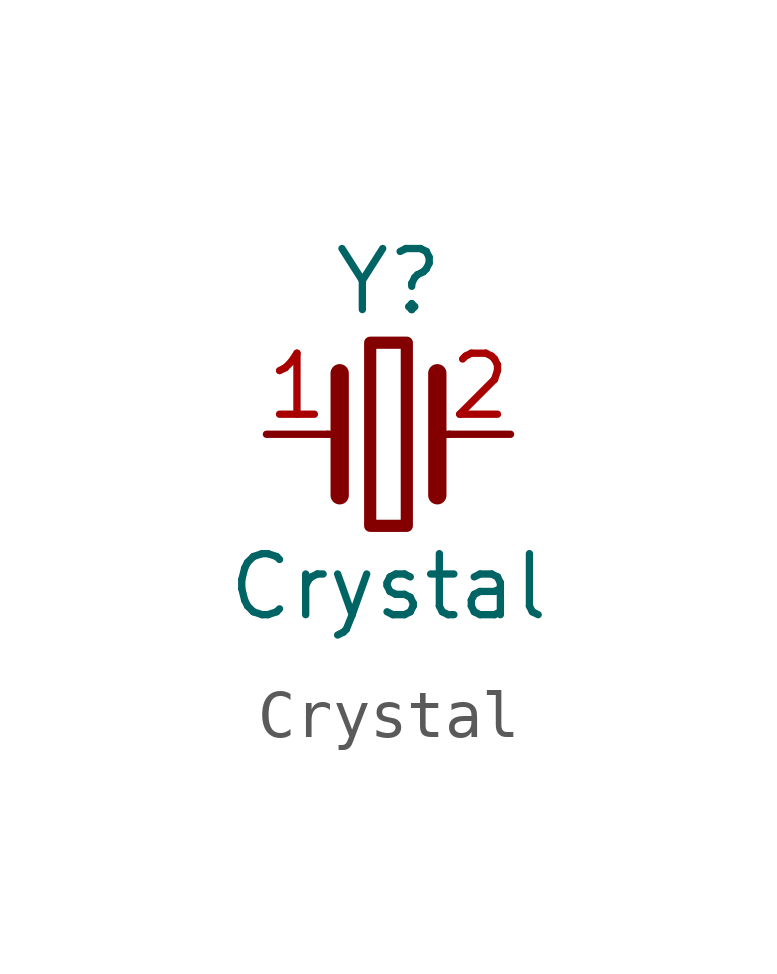
<source format=kicad_sym>
(kicad_symbol_lib
  (version 20231120)
  (generator "kicad_symbol_editor")
  (generator_version "8.0")
  (symbol "Crystal"
    (property "Reference" "Y"
      (at 0 3.175 0)
      (effects (font (size 1.27 1.27))))
    (property "Value" "Crystal"
      (at 0 -3.175 0)
      (effects (font (size 1.27 1.27))))
    (symbol "Crystal_0_1"
      (rectangle (start -0.381 1.905) (end 0.381 -1.905) (stroke (width 0.254) (type default)) (fill (type none)))
      (polyline (pts (xy -1.27 0) (xy -1.143 0)) (stroke (width 0) (type default)) (fill (type none)))
      (polyline (pts (xy -1.016 -1.27) (xy -1.016 1.27)) (stroke (width 0.381) (type default)) (fill (type none)))
      (polyline (pts (xy 1.016 -1.27) (xy 1.016 1.27)) (stroke (width 0.381) (type default)) (fill (type none)))
      (polyline (pts (xy 1.27 0) (xy 1.143 0)) (stroke (width 0) (type default)) (fill (type none))))
    (symbol "Crystal_1_1"
      (pin passive line (at -2.54 0 0) (length 1.27) (name "" (effects (font (size 1.27 1.27)))) (number "1" (effects (font (size 1.27 1.27)))))
      (pin passive line (at 2.54 0 180) (length 1.27) (name "" (effects (font (size 1.27 1.27)))) (number "2" (effects (font (size 1.27 1.27))))))))
</source>
